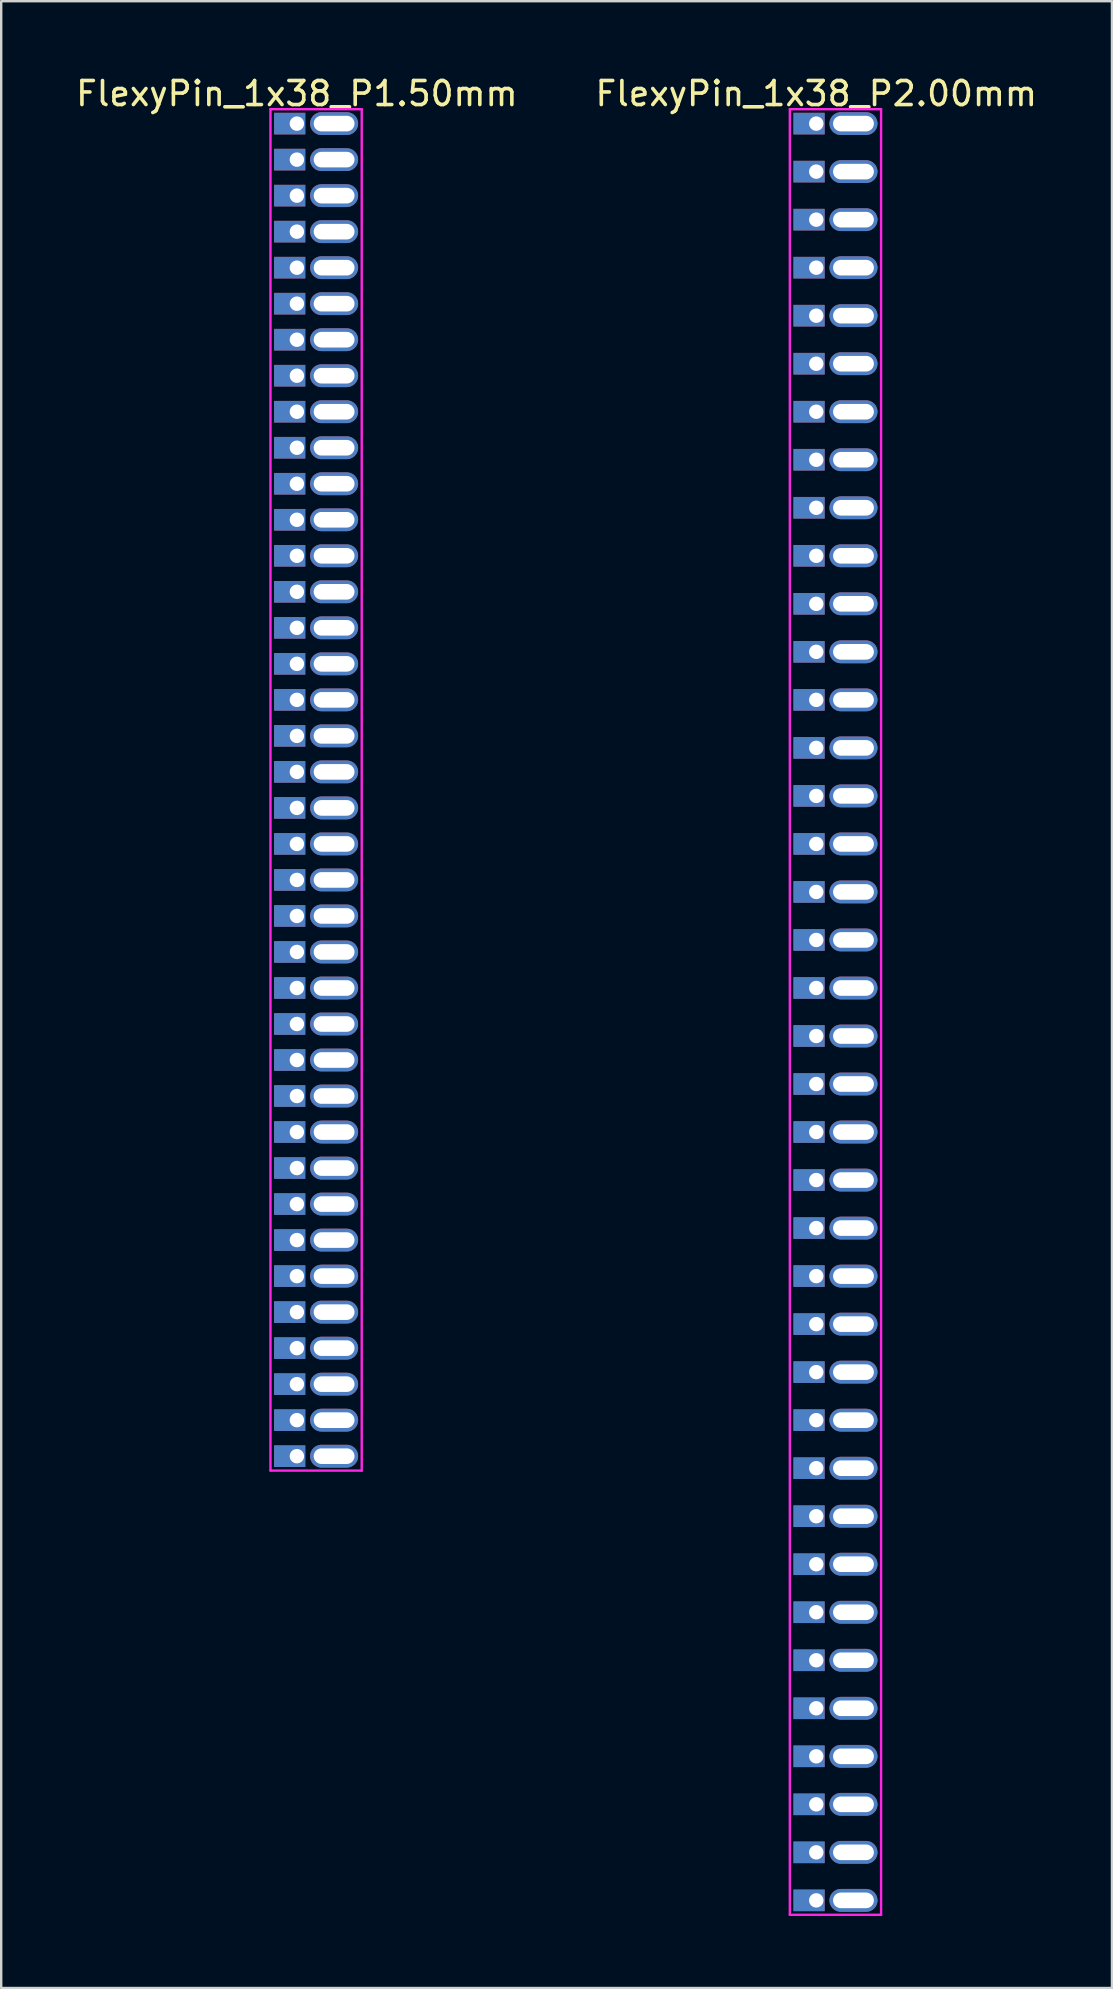
<source format=kicad_pcb>
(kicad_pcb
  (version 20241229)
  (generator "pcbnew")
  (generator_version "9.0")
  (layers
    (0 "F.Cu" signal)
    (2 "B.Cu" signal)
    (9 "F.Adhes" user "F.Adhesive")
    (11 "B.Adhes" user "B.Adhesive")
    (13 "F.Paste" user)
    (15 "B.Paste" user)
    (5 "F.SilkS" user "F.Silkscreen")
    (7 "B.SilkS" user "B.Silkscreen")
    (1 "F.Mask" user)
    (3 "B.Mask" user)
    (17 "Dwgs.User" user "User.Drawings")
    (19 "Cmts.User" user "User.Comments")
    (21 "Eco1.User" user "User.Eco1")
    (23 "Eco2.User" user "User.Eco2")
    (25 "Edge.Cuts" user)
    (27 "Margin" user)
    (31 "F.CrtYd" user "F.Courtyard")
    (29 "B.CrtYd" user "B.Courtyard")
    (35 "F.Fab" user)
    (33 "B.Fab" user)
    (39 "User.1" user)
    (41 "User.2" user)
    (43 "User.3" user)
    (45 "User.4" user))
  (footprint "FlexyPin_1x38_P1.50mm"
    (layer "F.Cu")
    (at 9.315 2.098)
    (property "Reference" "FlexyPin_1x38_P1.50mm" (at 0 -1.25 0) (layer "F.SilkS") (effects (font (size 1 1) (thickness 0.15))))
    (attr through_hole)
    (fp_line (start -1.1 -0.6) (end 2.7 -0.6) (stroke (width 0.1) (type solid)) (layer "F.CrtYd"))
    (fp_line (start -1.1 56.1) (end -1.1 -0.6) (stroke (width 0.1) (type solid)) (layer "F.CrtYd"))
    (fp_line (start 2.7 -0.6) (end 2.7 56.1) (stroke (width 0.1) (type solid)) (layer "F.CrtYd"))
    (fp_line (start 2.7 56.1) (end -1.1 56.1) (stroke (width 0.1) (type solid)) (layer "F.CrtYd"))
    (pad "" thru_hole oval (at 1.55 0) (size 2 0.95) (drill oval 1.7 0.65) (layers "*.Cu" "*.Mask"))
    (pad "" thru_hole oval (at 1.55 1.5) (size 2 0.95) (drill oval 1.7 0.65) (layers "*.Cu" "*.Mask"))
    (pad "" thru_hole oval (at 1.55 3) (size 2 0.95) (drill oval 1.7 0.65) (layers "*.Cu" "*.Mask"))
    (pad "" thru_hole oval (at 1.55 4.5) (size 2 0.95) (drill oval 1.7 0.65) (layers "*.Cu" "*.Mask"))
    (pad "" thru_hole oval (at 1.55 6) (size 2 0.95) (drill oval 1.7 0.65) (layers "*.Cu" "*.Mask"))
    (pad "" thru_hole oval (at 1.55 7.5) (size 2 0.95) (drill oval 1.7 0.65) (layers "*.Cu" "*.Mask"))
    (pad "" thru_hole oval (at 1.55 9) (size 2 0.95) (drill oval 1.7 0.65) (layers "*.Cu" "*.Mask"))
    (pad "" thru_hole oval (at 1.55 10.5) (size 2 0.95) (drill oval 1.7 0.65) (layers "*.Cu" "*.Mask"))
    (pad "" thru_hole oval (at 1.55 12) (size 2 0.95) (drill oval 1.7 0.65) (layers "*.Cu" "*.Mask"))
    (pad "" thru_hole oval (at 1.55 13.5) (size 2 0.95) (drill oval 1.7 0.65) (layers "*.Cu" "*.Mask"))
    (pad "" thru_hole oval (at 1.55 15) (size 2 0.95) (drill oval 1.7 0.65) (layers "*.Cu" "*.Mask"))
    (pad "" thru_hole oval (at 1.55 16.5) (size 2 0.95) (drill oval 1.7 0.65) (layers "*.Cu" "*.Mask"))
    (pad "" thru_hole oval (at 1.55 18) (size 2 0.95) (drill oval 1.7 0.65) (layers "*.Cu" "*.Mask"))
    (pad "" thru_hole oval (at 1.55 19.5) (size 2 0.95) (drill oval 1.7 0.65) (layers "*.Cu" "*.Mask"))
    (pad "" thru_hole oval (at 1.55 21) (size 2 0.95) (drill oval 1.7 0.65) (layers "*.Cu" "*.Mask"))
    (pad "" thru_hole oval (at 1.55 22.5) (size 2 0.95) (drill oval 1.7 0.65) (layers "*.Cu" "*.Mask"))
    (pad "" thru_hole oval (at 1.55 24) (size 2 0.95) (drill oval 1.7 0.65) (layers "*.Cu" "*.Mask"))
    (pad "" thru_hole oval (at 1.55 25.5) (size 2 0.95) (drill oval 1.7 0.65) (layers "*.Cu" "*.Mask"))
    (pad "" thru_hole oval (at 1.55 27) (size 2 0.95) (drill oval 1.7 0.65) (layers "*.Cu" "*.Mask"))
    (pad "" thru_hole oval (at 1.55 28.5) (size 2 0.95) (drill oval 1.7 0.65) (layers "*.Cu" "*.Mask"))
    (pad "" thru_hole oval (at 1.55 30) (size 2 0.95) (drill oval 1.7 0.65) (layers "*.Cu" "*.Mask"))
    (pad "" thru_hole oval (at 1.55 31.5) (size 2 0.95) (drill oval 1.7 0.65) (layers "*.Cu" "*.Mask"))
    (pad "" thru_hole oval (at 1.55 33) (size 2 0.95) (drill oval 1.7 0.65) (layers "*.Cu" "*.Mask"))
    (pad "" thru_hole oval (at 1.55 34.5) (size 2 0.95) (drill oval 1.7 0.65) (layers "*.Cu" "*.Mask"))
    (pad "" thru_hole oval (at 1.55 36) (size 2 0.95) (drill oval 1.7 0.65) (layers "*.Cu" "*.Mask"))
    (pad "" thru_hole oval (at 1.55 37.5) (size 2 0.95) (drill oval 1.7 0.65) (layers "*.Cu" "*.Mask"))
    (pad "" thru_hole oval (at 1.55 39) (size 2 0.95) (drill oval 1.7 0.65) (layers "*.Cu" "*.Mask"))
    (pad "" thru_hole oval (at 1.55 40.5) (size 2 0.95) (drill oval 1.7 0.65) (layers "*.Cu" "*.Mask"))
    (pad "" thru_hole oval (at 1.55 42) (size 2 0.95) (drill oval 1.7 0.65) (layers "*.Cu" "*.Mask"))
    (pad "" thru_hole oval (at 1.55 43.5) (size 2 0.95) (drill oval 1.7 0.65) (layers "*.Cu" "*.Mask"))
    (pad "" thru_hole oval (at 1.55 45) (size 2 0.95) (drill oval 1.7 0.65) (layers "*.Cu" "*.Mask"))
    (pad "" thru_hole oval (at 1.55 46.5) (size 2 0.95) (drill oval 1.7 0.65) (layers "*.Cu" "*.Mask"))
    (pad "" thru_hole oval (at 1.55 48) (size 2 0.95) (drill oval 1.7 0.65) (layers "*.Cu" "*.Mask"))
    (pad "" thru_hole oval (at 1.55 49.5) (size 2 0.95) (drill oval 1.7 0.65) (layers "*.Cu" "*.Mask"))
    (pad "" thru_hole oval (at 1.55 51) (size 2 0.95) (drill oval 1.7 0.65) (layers "*.Cu" "*.Mask"))
    (pad "" thru_hole oval (at 1.55 52.5) (size 2 0.95) (drill oval 1.7 0.65) (layers "*.Cu" "*.Mask"))
    (pad "" thru_hole oval (at 1.55 54) (size 2 0.95) (drill oval 1.7 0.65) (layers "*.Cu" "*.Mask"))
    (pad "" thru_hole oval (at 1.55 55.5) (size 2 0.95) (drill oval 1.7 0.65) (layers "*.Cu" "*.Mask"))
    (pad "1" thru_hole rect (at 0 0) (size 1.3 0.9) (drill 0.6 (offset -0.3 0)) (layers "*.Cu" "*.Mask"))
    (pad "2" thru_hole rect (at 0 1.5) (size 1.3 0.9) (drill 0.6 (offset -0.3 0)) (layers "*.Cu" "*.Mask"))
    (pad "3" thru_hole rect (at 0 3) (size 1.3 0.9) (drill 0.6 (offset -0.3 0)) (layers "*.Cu" "*.Mask"))
    (pad "4" thru_hole rect (at 0 4.5) (size 1.3 0.9) (drill 0.6 (offset -0.3 0)) (layers "*.Cu" "*.Mask"))
    (pad "5" thru_hole rect (at 0 6) (size 1.3 0.9) (drill 0.6 (offset -0.3 0)) (layers "*.Cu" "*.Mask"))
    (pad "6" thru_hole rect (at 0 7.5) (size 1.3 0.9) (drill 0.6 (offset -0.3 0)) (layers "*.Cu" "*.Mask"))
    (pad "7" thru_hole rect (at 0 9) (size 1.3 0.9) (drill 0.6 (offset -0.3 0)) (layers "*.Cu" "*.Mask"))
    (pad "8" thru_hole rect (at 0 10.5) (size 1.3 0.9) (drill 0.6 (offset -0.3 0)) (layers "*.Cu" "*.Mask"))
    (pad "9" thru_hole rect (at 0 12) (size 1.3 0.9) (drill 0.6 (offset -0.3 0)) (layers "*.Cu" "*.Mask"))
    (pad "10" thru_hole rect (at 0 13.5) (size 1.3 0.9) (drill 0.6 (offset -0.3 0)) (layers "*.Cu" "*.Mask"))
    (pad "11" thru_hole rect (at 0 15) (size 1.3 0.9) (drill 0.6 (offset -0.3 0)) (layers "*.Cu" "*.Mask"))
    (pad "12" thru_hole rect (at 0 16.5) (size 1.3 0.9) (drill 0.6 (offset -0.3 0)) (layers "*.Cu" "*.Mask"))
    (pad "13" thru_hole rect (at 0 18) (size 1.3 0.9) (drill 0.6 (offset -0.3 0)) (layers "*.Cu" "*.Mask"))
    (pad "14" thru_hole rect (at 0 19.5) (size 1.3 0.9) (drill 0.6 (offset -0.3 0)) (layers "*.Cu" "*.Mask"))
    (pad "15" thru_hole rect (at 0 21) (size 1.3 0.9) (drill 0.6 (offset -0.3 0)) (layers "*.Cu" "*.Mask"))
    (pad "16" thru_hole rect (at 0 22.5) (size 1.3 0.9) (drill 0.6 (offset -0.3 0)) (layers "*.Cu" "*.Mask"))
    (pad "17" thru_hole rect (at 0 24) (size 1.3 0.9) (drill 0.6 (offset -0.3 0)) (layers "*.Cu" "*.Mask"))
    (pad "18" thru_hole rect (at 0 25.5) (size 1.3 0.9) (drill 0.6 (offset -0.3 0)) (layers "*.Cu" "*.Mask"))
    (pad "19" thru_hole rect (at 0 27) (size 1.3 0.9) (drill 0.6 (offset -0.3 0)) (layers "*.Cu" "*.Mask"))
    (pad "20" thru_hole rect (at 0 28.5) (size 1.3 0.9) (drill 0.6 (offset -0.3 0)) (layers "*.Cu" "*.Mask"))
    (pad "21" thru_hole rect (at 0 30) (size 1.3 0.9) (drill 0.6 (offset -0.3 0)) (layers "*.Cu" "*.Mask"))
    (pad "22" thru_hole rect (at 0 31.5) (size 1.3 0.9) (drill 0.6 (offset -0.3 0)) (layers "*.Cu" "*.Mask"))
    (pad "23" thru_hole rect (at 0 33) (size 1.3 0.9) (drill 0.6 (offset -0.3 0)) (layers "*.Cu" "*.Mask"))
    (pad "24" thru_hole rect (at 0 34.5) (size 1.3 0.9) (drill 0.6 (offset -0.3 0)) (layers "*.Cu" "*.Mask"))
    (pad "25" thru_hole rect (at 0 36) (size 1.3 0.9) (drill 0.6 (offset -0.3 0)) (layers "*.Cu" "*.Mask"))
    (pad "26" thru_hole rect (at 0 37.5) (size 1.3 0.9) (drill 0.6 (offset -0.3 0)) (layers "*.Cu" "*.Mask"))
    (pad "27" thru_hole rect (at 0 39) (size 1.3 0.9) (drill 0.6 (offset -0.3 0)) (layers "*.Cu" "*.Mask"))
    (pad "28" thru_hole rect (at 0 40.5) (size 1.3 0.9) (drill 0.6 (offset -0.3 0)) (layers "*.Cu" "*.Mask"))
    (pad "29" thru_hole rect (at 0 42) (size 1.3 0.9) (drill 0.6 (offset -0.3 0)) (layers "*.Cu" "*.Mask"))
    (pad "30" thru_hole rect (at 0 43.5) (size 1.3 0.9) (drill 0.6 (offset -0.3 0)) (layers "*.Cu" "*.Mask"))
    (pad "31" thru_hole rect (at 0 45) (size 1.3 0.9) (drill 0.6 (offset -0.3 0)) (layers "*.Cu" "*.Mask"))
    (pad "32" thru_hole rect (at 0 46.5) (size 1.3 0.9) (drill 0.6 (offset -0.3 0)) (layers "*.Cu" "*.Mask"))
    (pad "33" thru_hole rect (at 0 48) (size 1.3 0.9) (drill 0.6 (offset -0.3 0)) (layers "*.Cu" "*.Mask"))
    (pad "34" thru_hole rect (at 0 49.5) (size 1.3 0.9) (drill 0.6 (offset -0.3 0)) (layers "*.Cu" "*.Mask"))
    (pad "35" thru_hole rect (at 0 51) (size 1.3 0.9) (drill 0.6 (offset -0.3 0)) (layers "*.Cu" "*.Mask"))
    (pad "36" thru_hole rect (at 0 52.5) (size 1.3 0.9) (drill 0.6 (offset -0.3 0)) (layers "*.Cu" "*.Mask"))
    (pad "37" thru_hole rect (at 0 54) (size 1.3 0.9) (drill 0.6 (offset -0.3 0)) (layers "*.Cu" "*.Mask"))
    (pad "38" thru_hole rect (at 0 55.5) (size 1.3 0.9) (drill 0.6 (offset -0.3 0)) (layers "*.Cu" "*.Mask")))
  (footprint "FlexyPin_1x38_P2.00mm"
    (layer "F.Cu")
    (at 30.946 2.098)
    (property "Reference" "FlexyPin_1x38_P2.00mm" (at 0 -1.25 0) (layer "F.SilkS") (effects (font (size 1 1) (thickness 0.15))))
    (attr through_hole)
    (fp_line (start -1.1 -0.6) (end 2.7 -0.6) (stroke (width 0.1) (type solid)) (layer "F.CrtYd"))
    (fp_line (start -1.1 74.6) (end -1.1 -0.6) (stroke (width 0.1) (type solid)) (layer "F.CrtYd"))
    (fp_line (start 2.7 -0.6) (end 2.7 74.6) (stroke (width 0.1) (type solid)) (layer "F.CrtYd"))
    (fp_line (start 2.7 74.6) (end -1.1 74.6) (stroke (width 0.1) (type solid)) (layer "F.CrtYd"))
    (pad "" thru_hole oval (at 1.55 0) (size 2 0.95) (drill oval 1.7 0.65) (layers "*.Cu" "*.Mask"))
    (pad "" thru_hole oval (at 1.55 2) (size 2 0.95) (drill oval 1.7 0.65) (layers "*.Cu" "*.Mask"))
    (pad "" thru_hole oval (at 1.55 4) (size 2 0.95) (drill oval 1.7 0.65) (layers "*.Cu" "*.Mask"))
    (pad "" thru_hole oval (at 1.55 6) (size 2 0.95) (drill oval 1.7 0.65) (layers "*.Cu" "*.Mask"))
    (pad "" thru_hole oval (at 1.55 8) (size 2 0.95) (drill oval 1.7 0.65) (layers "*.Cu" "*.Mask"))
    (pad "" thru_hole oval (at 1.55 10) (size 2 0.95) (drill oval 1.7 0.65) (layers "*.Cu" "*.Mask"))
    (pad "" thru_hole oval (at 1.55 12) (size 2 0.95) (drill oval 1.7 0.65) (layers "*.Cu" "*.Mask"))
    (pad "" thru_hole oval (at 1.55 14) (size 2 0.95) (drill oval 1.7 0.65) (layers "*.Cu" "*.Mask"))
    (pad "" thru_hole oval (at 1.55 16) (size 2 0.95) (drill oval 1.7 0.65) (layers "*.Cu" "*.Mask"))
    (pad "" thru_hole oval (at 1.55 18) (size 2 0.95) (drill oval 1.7 0.65) (layers "*.Cu" "*.Mask"))
    (pad "" thru_hole oval (at 1.55 20) (size 2 0.95) (drill oval 1.7 0.65) (layers "*.Cu" "*.Mask"))
    (pad "" thru_hole oval (at 1.55 22) (size 2 0.95) (drill oval 1.7 0.65) (layers "*.Cu" "*.Mask"))
    (pad "" thru_hole oval (at 1.55 24) (size 2 0.95) (drill oval 1.7 0.65) (layers "*.Cu" "*.Mask"))
    (pad "" thru_hole oval (at 1.55 26) (size 2 0.95) (drill oval 1.7 0.65) (layers "*.Cu" "*.Mask"))
    (pad "" thru_hole oval (at 1.55 28) (size 2 0.95) (drill oval 1.7 0.65) (layers "*.Cu" "*.Mask"))
    (pad "" thru_hole oval (at 1.55 30) (size 2 0.95) (drill oval 1.7 0.65) (layers "*.Cu" "*.Mask"))
    (pad "" thru_hole oval (at 1.55 32) (size 2 0.95) (drill oval 1.7 0.65) (layers "*.Cu" "*.Mask"))
    (pad "" thru_hole oval (at 1.55 34) (size 2 0.95) (drill oval 1.7 0.65) (layers "*.Cu" "*.Mask"))
    (pad "" thru_hole oval (at 1.55 36) (size 2 0.95) (drill oval 1.7 0.65) (layers "*.Cu" "*.Mask"))
    (pad "" thru_hole oval (at 1.55 38) (size 2 0.95) (drill oval 1.7 0.65) (layers "*.Cu" "*.Mask"))
    (pad "" thru_hole oval (at 1.55 40) (size 2 0.95) (drill oval 1.7 0.65) (layers "*.Cu" "*.Mask"))
    (pad "" thru_hole oval (at 1.55 42) (size 2 0.95) (drill oval 1.7 0.65) (layers "*.Cu" "*.Mask"))
    (pad "" thru_hole oval (at 1.55 44) (size 2 0.95) (drill oval 1.7 0.65) (layers "*.Cu" "*.Mask"))
    (pad "" thru_hole oval (at 1.55 46) (size 2 0.95) (drill oval 1.7 0.65) (layers "*.Cu" "*.Mask"))
    (pad "" thru_hole oval (at 1.55 48) (size 2 0.95) (drill oval 1.7 0.65) (layers "*.Cu" "*.Mask"))
    (pad "" thru_hole oval (at 1.55 50) (size 2 0.95) (drill oval 1.7 0.65) (layers "*.Cu" "*.Mask"))
    (pad "" thru_hole oval (at 1.55 52) (size 2 0.95) (drill oval 1.7 0.65) (layers "*.Cu" "*.Mask"))
    (pad "" thru_hole oval (at 1.55 54) (size 2 0.95) (drill oval 1.7 0.65) (layers "*.Cu" "*.Mask"))
    (pad "" thru_hole oval (at 1.55 56) (size 2 0.95) (drill oval 1.7 0.65) (layers "*.Cu" "*.Mask"))
    (pad "" thru_hole oval (at 1.55 58) (size 2 0.95) (drill oval 1.7 0.65) (layers "*.Cu" "*.Mask"))
    (pad "" thru_hole oval (at 1.55 60) (size 2 0.95) (drill oval 1.7 0.65) (layers "*.Cu" "*.Mask"))
    (pad "" thru_hole oval (at 1.55 62) (size 2 0.95) (drill oval 1.7 0.65) (layers "*.Cu" "*.Mask"))
    (pad "" thru_hole oval (at 1.55 64) (size 2 0.95) (drill oval 1.7 0.65) (layers "*.Cu" "*.Mask"))
    (pad "" thru_hole oval (at 1.55 66) (size 2 0.95) (drill oval 1.7 0.65) (layers "*.Cu" "*.Mask"))
    (pad "" thru_hole oval (at 1.55 68) (size 2 0.95) (drill oval 1.7 0.65) (layers "*.Cu" "*.Mask"))
    (pad "" thru_hole oval (at 1.55 70) (size 2 0.95) (drill oval 1.7 0.65) (layers "*.Cu" "*.Mask"))
    (pad "" thru_hole oval (at 1.55 72) (size 2 0.95) (drill oval 1.7 0.65) (layers "*.Cu" "*.Mask"))
    (pad "" thru_hole oval (at 1.55 74) (size 2 0.95) (drill oval 1.7 0.65) (layers "*.Cu" "*.Mask"))
    (pad "1" thru_hole rect (at 0 0) (size 1.3 0.9) (drill 0.6 (offset -0.3 0)) (layers "*.Cu" "*.Mask"))
    (pad "2" thru_hole rect (at 0 2) (size 1.3 0.9) (drill 0.6 (offset -0.3 0)) (layers "*.Cu" "*.Mask"))
    (pad "3" thru_hole rect (at 0 4) (size 1.3 0.9) (drill 0.6 (offset -0.3 0)) (layers "*.Cu" "*.Mask"))
    (pad "4" thru_hole rect (at 0 6) (size 1.3 0.9) (drill 0.6 (offset -0.3 0)) (layers "*.Cu" "*.Mask"))
    (pad "5" thru_hole rect (at 0 8) (size 1.3 0.9) (drill 0.6 (offset -0.3 0)) (layers "*.Cu" "*.Mask"))
    (pad "6" thru_hole rect (at 0 10) (size 1.3 0.9) (drill 0.6 (offset -0.3 0)) (layers "*.Cu" "*.Mask"))
    (pad "7" thru_hole rect (at 0 12) (size 1.3 0.9) (drill 0.6 (offset -0.3 0)) (layers "*.Cu" "*.Mask"))
    (pad "8" thru_hole rect (at 0 14) (size 1.3 0.9) (drill 0.6 (offset -0.3 0)) (layers "*.Cu" "*.Mask"))
    (pad "9" thru_hole rect (at 0 16) (size 1.3 0.9) (drill 0.6 (offset -0.3 0)) (layers "*.Cu" "*.Mask"))
    (pad "10" thru_hole rect (at 0 18) (size 1.3 0.9) (drill 0.6 (offset -0.3 0)) (layers "*.Cu" "*.Mask"))
    (pad "11" thru_hole rect (at 0 20) (size 1.3 0.9) (drill 0.6 (offset -0.3 0)) (layers "*.Cu" "*.Mask"))
    (pad "12" thru_hole rect (at 0 22) (size 1.3 0.9) (drill 0.6 (offset -0.3 0)) (layers "*.Cu" "*.Mask"))
    (pad "13" thru_hole rect (at 0 24) (size 1.3 0.9) (drill 0.6 (offset -0.3 0)) (layers "*.Cu" "*.Mask"))
    (pad "14" thru_hole rect (at 0 26) (size 1.3 0.9) (drill 0.6 (offset -0.3 0)) (layers "*.Cu" "*.Mask"))
    (pad "15" thru_hole rect (at 0 28) (size 1.3 0.9) (drill 0.6 (offset -0.3 0)) (layers "*.Cu" "*.Mask"))
    (pad "16" thru_hole rect (at 0 30) (size 1.3 0.9) (drill 0.6 (offset -0.3 0)) (layers "*.Cu" "*.Mask"))
    (pad "17" thru_hole rect (at 0 32) (size 1.3 0.9) (drill 0.6 (offset -0.3 0)) (layers "*.Cu" "*.Mask"))
    (pad "18" thru_hole rect (at 0 34) (size 1.3 0.9) (drill 0.6 (offset -0.3 0)) (layers "*.Cu" "*.Mask"))
    (pad "19" thru_hole rect (at 0 36) (size 1.3 0.9) (drill 0.6 (offset -0.3 0)) (layers "*.Cu" "*.Mask"))
    (pad "20" thru_hole rect (at 0 38) (size 1.3 0.9) (drill 0.6 (offset -0.3 0)) (layers "*.Cu" "*.Mask"))
    (pad "21" thru_hole rect (at 0 40) (size 1.3 0.9) (drill 0.6 (offset -0.3 0)) (layers "*.Cu" "*.Mask"))
    (pad "22" thru_hole rect (at 0 42) (size 1.3 0.9) (drill 0.6 (offset -0.3 0)) (layers "*.Cu" "*.Mask"))
    (pad "23" thru_hole rect (at 0 44) (size 1.3 0.9) (drill 0.6 (offset -0.3 0)) (layers "*.Cu" "*.Mask"))
    (pad "24" thru_hole rect (at 0 46) (size 1.3 0.9) (drill 0.6 (offset -0.3 0)) (layers "*.Cu" "*.Mask"))
    (pad "25" thru_hole rect (at 0 48) (size 1.3 0.9) (drill 0.6 (offset -0.3 0)) (layers "*.Cu" "*.Mask"))
    (pad "26" thru_hole rect (at 0 50) (size 1.3 0.9) (drill 0.6 (offset -0.3 0)) (layers "*.Cu" "*.Mask"))
    (pad "27" thru_hole rect (at 0 52) (size 1.3 0.9) (drill 0.6 (offset -0.3 0)) (layers "*.Cu" "*.Mask"))
    (pad "28" thru_hole rect (at 0 54) (size 1.3 0.9) (drill 0.6 (offset -0.3 0)) (layers "*.Cu" "*.Mask"))
    (pad "29" thru_hole rect (at 0 56) (size 1.3 0.9) (drill 0.6 (offset -0.3 0)) (layers "*.Cu" "*.Mask"))
    (pad "30" thru_hole rect (at 0 58) (size 1.3 0.9) (drill 0.6 (offset -0.3 0)) (layers "*.Cu" "*.Mask"))
    (pad "31" thru_hole rect (at 0 60) (size 1.3 0.9) (drill 0.6 (offset -0.3 0)) (layers "*.Cu" "*.Mask"))
    (pad "32" thru_hole rect (at 0 62) (size 1.3 0.9) (drill 0.6 (offset -0.3 0)) (layers "*.Cu" "*.Mask"))
    (pad "33" thru_hole rect (at 0 64) (size 1.3 0.9) (drill 0.6 (offset -0.3 0)) (layers "*.Cu" "*.Mask"))
    (pad "34" thru_hole rect (at 0 66) (size 1.3 0.9) (drill 0.6 (offset -0.3 0)) (layers "*.Cu" "*.Mask"))
    (pad "35" thru_hole rect (at 0 68) (size 1.3 0.9) (drill 0.6 (offset -0.3 0)) (layers "*.Cu" "*.Mask"))
    (pad "36" thru_hole rect (at 0 70) (size 1.3 0.9) (drill 0.6 (offset -0.3 0)) (layers "*.Cu" "*.Mask"))
    (pad "37" thru_hole rect (at 0 72) (size 1.3 0.9) (drill 0.6 (offset -0.3 0)) (layers "*.Cu" "*.Mask"))
    (pad "38" thru_hole rect (at 0 74) (size 1.3 0.9) (drill 0.6 (offset -0.3 0)) (layers "*.Cu" "*.Mask")))
  (gr_rect
    (start -3 -3)
    (end 43.262 79.748)
    (stroke (width 0.1) (type default))
    (fill no)
    (layer "Edge.Cuts")))
</source>
